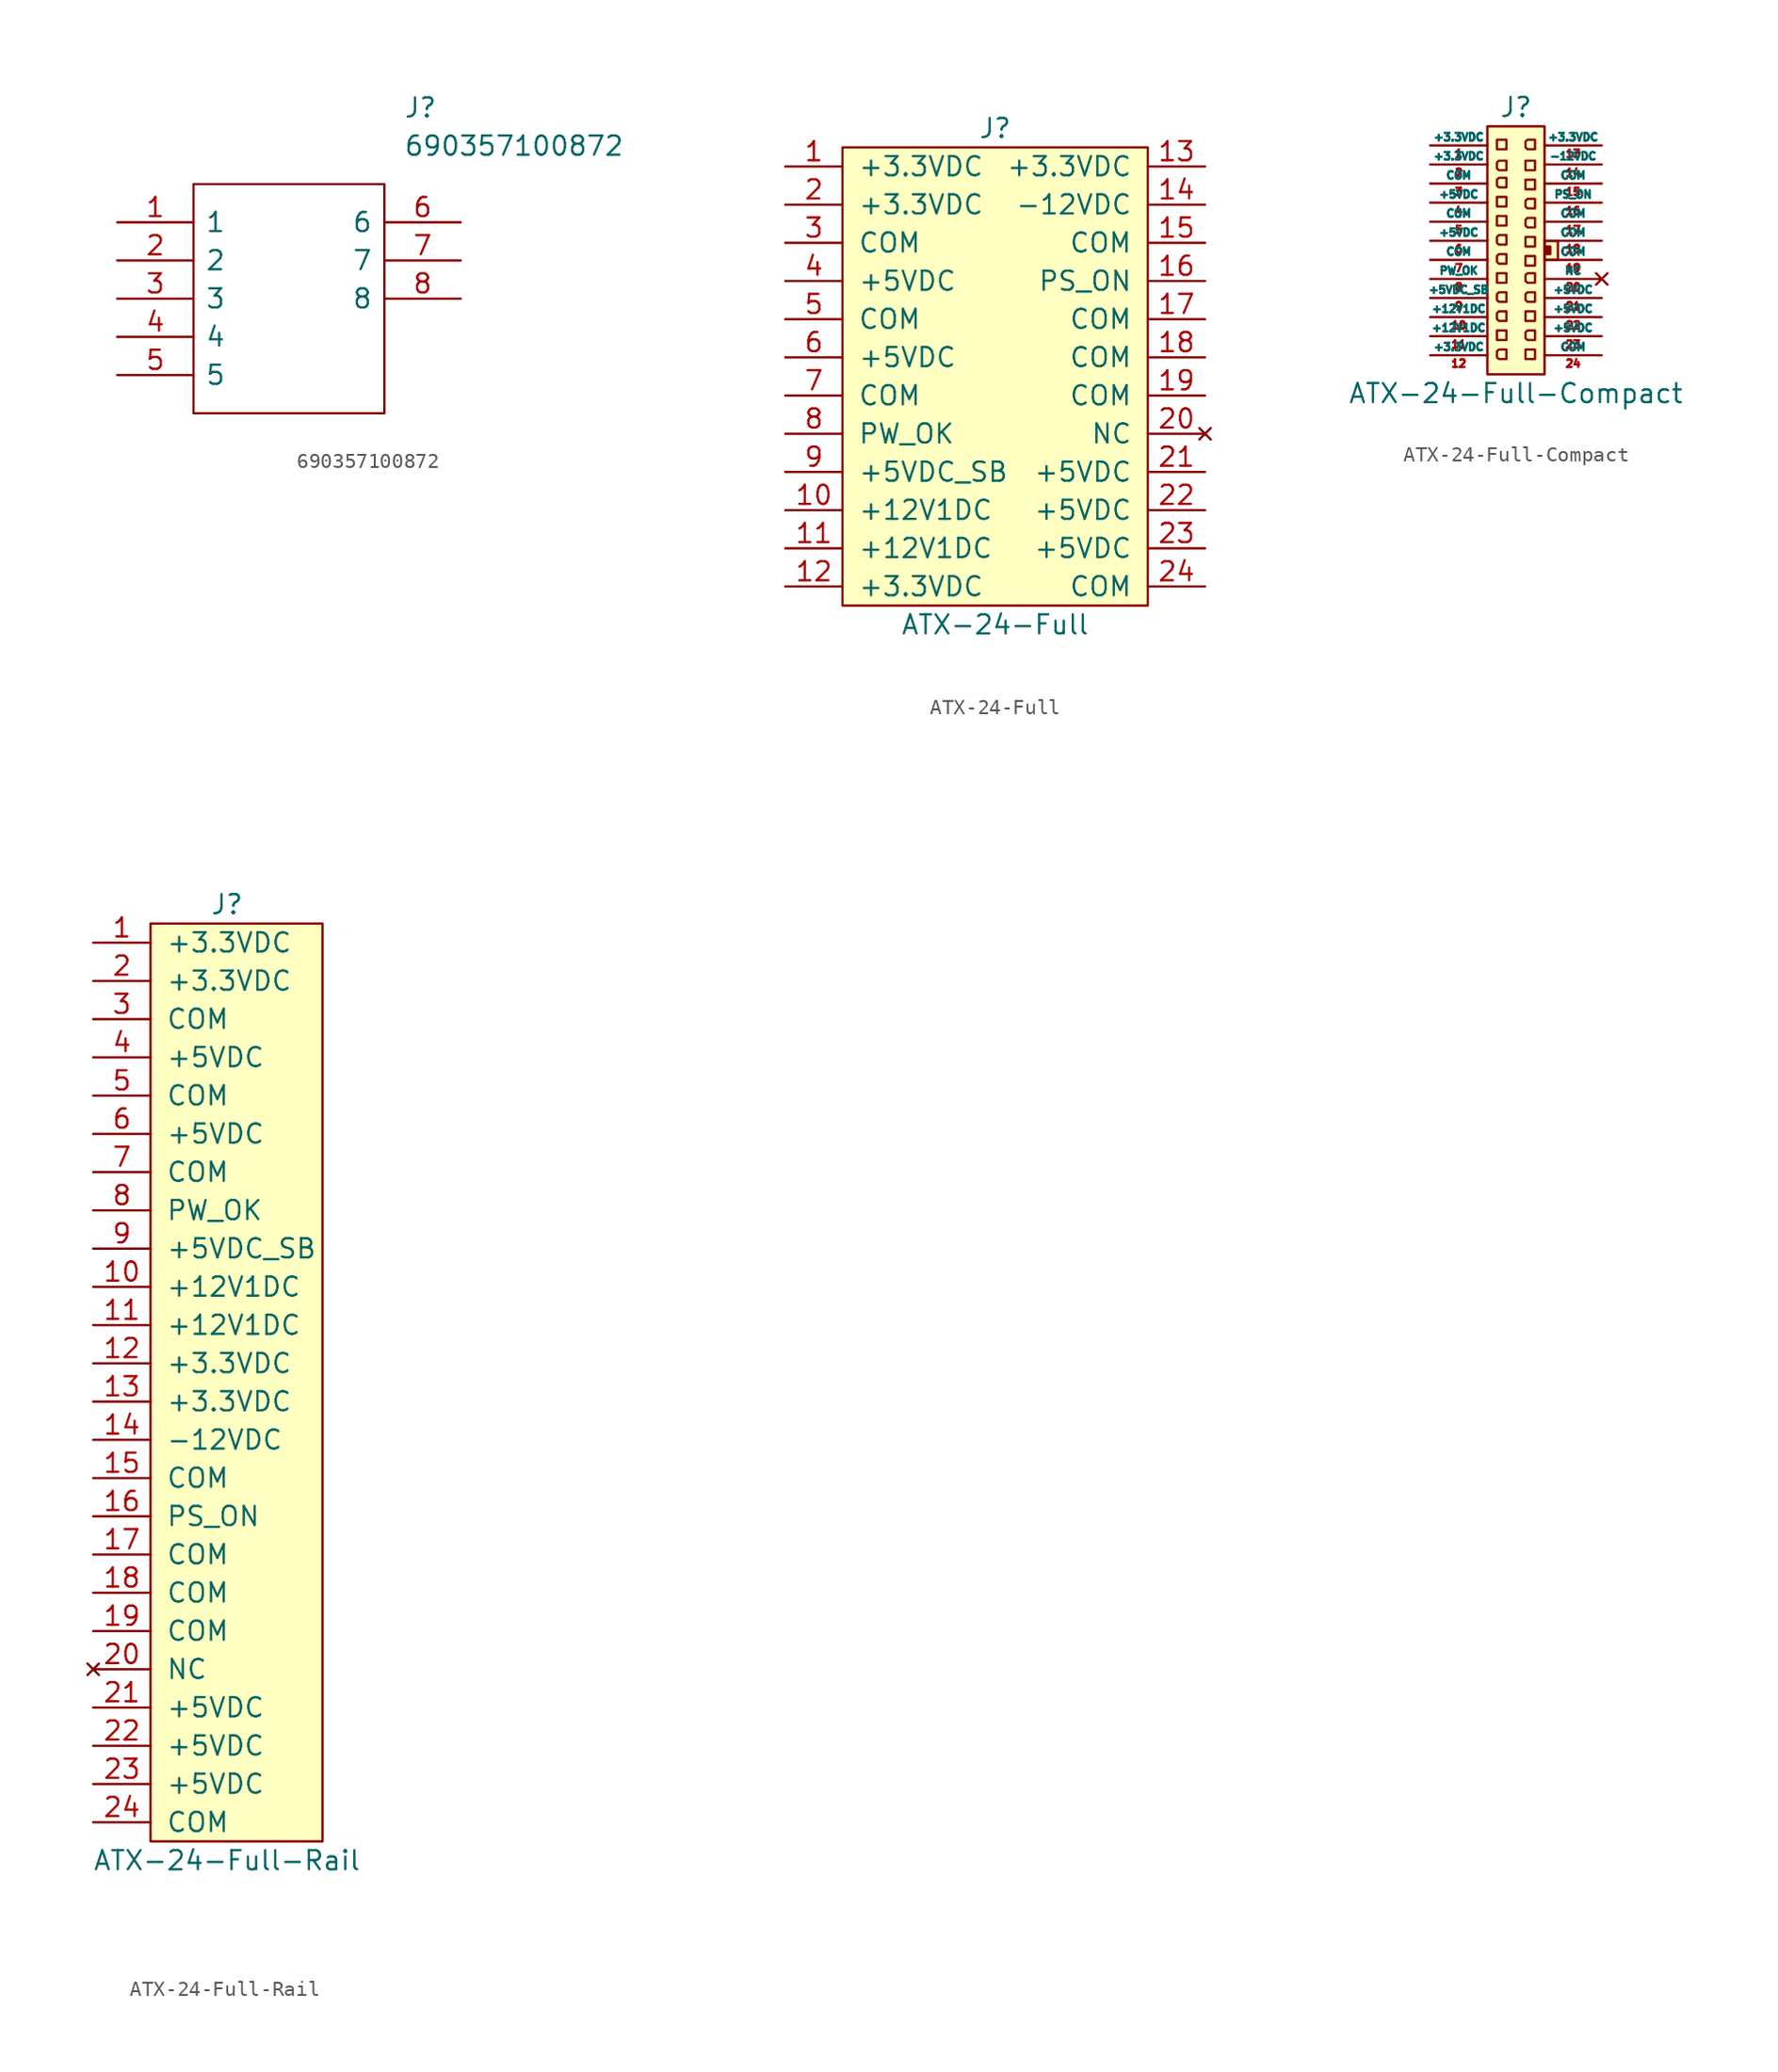
<source format=kicad_sym>
(kicad_symbol_lib
  (version 20220914)
  (generator kicad_symbol_editor)
  (symbol "690357100872"
    (pin_names
      (offset 0.762))
    (property "Reference" "J"
      (at 19.05 7.62 0)
      (effects (font (size 1.27 1.27)) (justify left)))
    (property "Value" "690357100872"
      (at 19.05 5.08 0)
      (effects (font (size 1.27 1.27)) (justify left)))
    (symbol "690357100872_0_0"
      (pin passive line (at 0 0 0) (length 5.08) (name "1" (effects (font (size 1.27 1.27)))) (number "1" (effects (font (size 1.27 1.27)))))
      (pin passive line (at 0 -2.54 0) (length 5.08) (name "2" (effects (font (size 1.27 1.27)))) (number "2" (effects (font (size 1.27 1.27)))))
      (pin passive line (at 0 -5.08 0) (length 5.08) (name "3" (effects (font (size 1.27 1.27)))) (number "3" (effects (font (size 1.27 1.27)))))
      (pin passive line (at 0 -7.62 0) (length 5.08) (name "4" (effects (font (size 1.27 1.27)))) (number "4" (effects (font (size 1.27 1.27)))))
      (pin passive line (at 0 -10.16 0) (length 5.08) (name "5" (effects (font (size 1.27 1.27)))) (number "5" (effects (font (size 1.27 1.27)))))
      (pin passive line (at 22.86 0 180) (length 5.08) (name "6" (effects (font (size 1.27 1.27)))) (number "6" (effects (font (size 1.27 1.27)))))
      (pin passive line (at 22.86 -2.54 180) (length 5.08) (name "7" (effects (font (size 1.27 1.27)))) (number "7" (effects (font (size 1.27 1.27)))))
      (pin passive line (at 22.86 -5.08 180) (length 5.08) (name "8" (effects (font (size 1.27 1.27)))) (number "8" (effects (font (size 1.27 1.27))))))
    (symbol "690357100872_0_1"
      (polyline (pts (xy 5.08 2.54) (xy 17.78 2.54) (xy 17.78 -12.7) (xy 5.08 -12.7) (xy 5.08 2.54)) (stroke (width 0.152) (type solid)) (fill (type none)))))
  (symbol "ATX-24-Full"
    (pin_names
      (offset 1.016))
    (property "Reference" "J"
      (at 0 0 0)
      (effects (font (size 1.27 1.27))))
    (property "Value" "ATX-24-Full"
      (at 0 -33.02 0)
      (effects (font (size 1.27 1.27))))
    (symbol "ATX-24-Full_0_1"
      (rectangle (start -10.16 -1.27) (end 10.16 -31.75) (stroke (width 0) (type solid)) (fill (type background))))
    (symbol "ATX-24-Full_1_1"
      (pin power_out line (at -13.97 -2.54 0) (length 3.81) (name "+3.3VDC" (effects (font (size 1.27 1.27)))) (number "1" (effects (font (size 1.27 1.27)))))
      (pin power_out line (at -13.97 -25.4 0) (length 3.81) (name "+12V1DC" (effects (font (size 1.27 1.27)))) (number "10" (effects (font (size 1.27 1.27)))))
      (pin power_out line (at -13.97 -27.94 0) (length 3.81) (name "+12V1DC" (effects (font (size 1.27 1.27)))) (number "11" (effects (font (size 1.27 1.27)))))
      (pin power_out line (at -13.97 -30.48 0) (length 3.81) (name "+3.3VDC" (effects (font (size 1.27 1.27)))) (number "12" (effects (font (size 1.27 1.27)))))
      (pin power_out line (at 13.97 -2.54 180) (length 3.81) (name "+3.3VDC" (effects (font (size 1.27 1.27)))) (number "13" (effects (font (size 1.27 1.27)))))
      (pin power_out line (at 13.97 -5.08 180) (length 3.81) (name "-12VDC" (effects (font (size 1.27 1.27)))) (number "14" (effects (font (size 1.27 1.27)))))
      (pin power_in line (at 13.97 -7.62 180) (length 3.81) (name "COM" (effects (font (size 1.27 1.27)))) (number "15" (effects (font (size 1.27 1.27)))))
      (pin input line (at 13.97 -10.16 180) (length 3.81) (name "PS_ON" (effects (font (size 1.27 1.27)))) (number "16" (effects (font (size 1.27 1.27)))))
      (pin power_in line (at 13.97 -12.7 180) (length 3.81) (name "COM" (effects (font (size 1.27 1.27)))) (number "17" (effects (font (size 1.27 1.27)))))
      (pin power_in line (at 13.97 -15.24 180) (length 3.81) (name "COM" (effects (font (size 1.27 1.27)))) (number "18" (effects (font (size 1.27 1.27)))))
      (pin power_in line (at 13.97 -17.78 180) (length 3.81) (name "COM" (effects (font (size 1.27 1.27)))) (number "19" (effects (font (size 1.27 1.27)))))
      (pin power_out line (at -13.97 -5.08 0) (length 3.81) (name "+3.3VDC" (effects (font (size 1.27 1.27)))) (number "2" (effects (font (size 1.27 1.27)))))
      (pin no_connect line (at 13.97 -20.32 180) (length 3.81) (name "NC" (effects (font (size 1.27 1.27)))) (number "20" (effects (font (size 1.27 1.27)))))
      (pin power_out line (at 13.97 -22.86 180) (length 3.81) (name "+5VDC" (effects (font (size 1.27 1.27)))) (number "21" (effects (font (size 1.27 1.27)))))
      (pin power_out line (at 13.97 -25.4 180) (length 3.81) (name "+5VDC" (effects (font (size 1.27 1.27)))) (number "22" (effects (font (size 1.27 1.27)))))
      (pin power_out line (at 13.97 -27.94 180) (length 3.81) (name "+5VDC" (effects (font (size 1.27 1.27)))) (number "23" (effects (font (size 1.27 1.27)))))
      (pin power_in line (at 13.97 -30.48 180) (length 3.81) (name "COM" (effects (font (size 1.27 1.27)))) (number "24" (effects (font (size 1.27 1.27)))))
      (pin power_in line (at -13.97 -7.62 0) (length 3.81) (name "COM" (effects (font (size 1.27 1.27)))) (number "3" (effects (font (size 1.27 1.27)))))
      (pin power_out line (at -13.97 -10.16 0) (length 3.81) (name "+5VDC" (effects (font (size 1.27 1.27)))) (number "4" (effects (font (size 1.27 1.27)))))
      (pin power_in line (at -13.97 -12.7 0) (length 3.81) (name "COM" (effects (font (size 1.27 1.27)))) (number "5" (effects (font (size 1.27 1.27)))))
      (pin power_out line (at -13.97 -15.24 0) (length 3.81) (name "+5VDC" (effects (font (size 1.27 1.27)))) (number "6" (effects (font (size 1.27 1.27)))))
      (pin power_in line (at -13.97 -17.78 0) (length 3.81) (name "COM" (effects (font (size 1.27 1.27)))) (number "7" (effects (font (size 1.27 1.27)))))
      (pin output line (at -13.97 -20.32 0) (length 3.81) (name "PW_OK" (effects (font (size 1.27 1.27)))) (number "8" (effects (font (size 1.27 1.27)))))
      (pin power_out line (at -13.97 -22.86 0) (length 3.81) (name "+5VDC_SB" (effects (font (size 1.27 1.27)))) (number "9" (effects (font (size 1.27 1.27)))))))
  (symbol "ATX-24-Full-Compact"
    (pin_names
      (offset 0))
    (property "Reference" "J"
      (at 0 9.525 0)
      (effects (font (size 1.27 1.27))))
    (property "Value" "ATX-24-Full-Compact"
      (at 0 -9.525 0)
      (effects (font (size 1.27 1.27))))
    (symbol "ATX-24-Full-Compact_0_1"
      (rectangle (start -1.905 8.255) (end 1.905 -8.255) (stroke (width 0) (type solid)) (fill (type background)))
      (rectangle (start 1.905 0.254) (end 2.286 -0.254) (stroke (width 0) (type solid)) (fill (type outline)))
      (rectangle (start 1.905 0.635) (end 2.794 -0.635) (stroke (width 0) (type solid)) (fill (type background))))
    (symbol "ATX-24-Full-Compact_1_1"
      (rectangle (start -1.27 -5.334) (end -0.635 -5.969) (stroke (width 0) (type solid)) (fill (type none)))
      (rectangle (start -1.27 -1.524) (end -0.635 -2.159) (stroke (width 0) (type solid)) (fill (type none)))
      (rectangle (start -1.27 2.286) (end -0.635 1.651) (stroke (width 0) (type solid)) (fill (type none)))
      (rectangle (start -1.27 3.556) (end -0.635 2.921) (stroke (width 0) (type solid)) (fill (type none)))
      (rectangle (start -1.27 7.366) (end -0.635 6.731) (stroke (width 0) (type solid)) (fill (type none)))
      (polyline (pts (xy -0.635 -6.604) (xy -1.143 -6.604) (xy -1.27 -6.731) (xy -1.27 -7.112) (xy -1.143 -7.239) (xy -0.635 -7.239) (xy -0.635 -6.604)) (stroke (width 0) (type solid)) (fill (type none)))
      (polyline (pts (xy -0.635 -4.064) (xy -1.143 -4.064) (xy -1.27 -4.191) (xy -1.27 -4.572) (xy -1.143 -4.699) (xy -0.635 -4.699) (xy -0.635 -4.064)) (stroke (width 0) (type solid)) (fill (type none)))
      (polyline (pts (xy -0.635 -2.794) (xy -1.143 -2.794) (xy -1.27 -2.921) (xy -1.27 -3.302) (xy -1.143 -3.429) (xy -0.635 -3.429) (xy -0.635 -2.794)) (stroke (width 0) (type solid)) (fill (type none)))
      (polyline (pts (xy -0.635 -0.254) (xy -1.143 -0.254) (xy -1.27 -0.381) (xy -1.27 -0.762) (xy -1.143 -0.889) (xy -0.635 -0.889) (xy -0.635 -0.254)) (stroke (width 0) (type solid)) (fill (type none)))
      (polyline (pts (xy -0.635 1.016) (xy -1.143 1.016) (xy -1.27 0.889) (xy -1.27 0.508) (xy -1.143 0.381) (xy -0.635 0.381) (xy -0.635 1.016)) (stroke (width 0) (type solid)) (fill (type none)))
      (polyline (pts (xy -0.635 4.826) (xy -1.143 4.826) (xy -1.27 4.699) (xy -1.27 4.318) (xy -1.143 4.191) (xy -0.635 4.191) (xy -0.635 4.826)) (stroke (width 0) (type solid)) (fill (type none)))
      (polyline (pts (xy -0.635 5.969) (xy -1.143 5.969) (xy -1.27 5.842) (xy -1.27 5.461) (xy -1.143 5.334) (xy -0.635 5.334) (xy -0.635 5.969)) (stroke (width 0) (type solid)) (fill (type none)))
      (polyline (pts (xy 1.27 -5.334) (xy 0.762 -5.334) (xy 0.635 -5.461) (xy 0.635 -5.842) (xy 0.762 -5.969) (xy 1.27 -5.969) (xy 1.27 -5.334)) (stroke (width 0) (type solid)) (fill (type none)))
      (polyline (pts (xy 1.27 -2.794) (xy 0.762 -2.794) (xy 0.635 -2.921) (xy 0.635 -3.302) (xy 0.762 -3.429) (xy 1.27 -3.429) (xy 1.27 -2.794)) (stroke (width 0) (type solid)) (fill (type none)))
      (polyline (pts (xy 1.27 -1.524) (xy 0.762 -1.524) (xy 0.635 -1.651) (xy 0.635 -2.032) (xy 0.762 -2.159) (xy 1.27 -2.159) (xy 1.27 -1.524)) (stroke (width 0) (type solid)) (fill (type none)))
      (polyline (pts (xy 1.27 2.159) (xy 0.762 2.159) (xy 0.635 2.032) (xy 0.635 1.651) (xy 0.762 1.524) (xy 1.27 1.524) (xy 1.27 2.159)) (stroke (width 0) (type solid)) (fill (type none)))
      (polyline (pts (xy 1.27 3.429) (xy 0.762 3.429) (xy 0.635 3.302) (xy 0.635 2.921) (xy 0.762 2.794) (xy 1.27 2.794) (xy 1.27 3.429)) (stroke (width 0) (type solid)) (fill (type none)))
      (polyline (pts (xy 1.27 7.366) (xy 0.762 7.366) (xy 0.635 7.239) (xy 0.635 6.858) (xy 0.762 6.731) (xy 1.27 6.731) (xy 1.27 7.366)) (stroke (width 0) (type solid)) (fill (type none)))
      (rectangle (start 0.635 -6.604) (end 1.27 -7.239) (stroke (width 0) (type solid)) (fill (type none)))
      (rectangle (start 0.635 -4.064) (end 1.27 -4.699) (stroke (width 0) (type solid)) (fill (type none)))
      (rectangle (start 0.635 -0.381) (end 1.27 -1.016) (stroke (width 0) (type solid)) (fill (type none)))
      (rectangle (start 0.635 0.889) (end 1.27 0.254) (stroke (width 0) (type solid)) (fill (type none)))
      (rectangle (start 0.635 4.699) (end 1.27 4.064) (stroke (width 0) (type solid)) (fill (type none)))
      (rectangle (start 0.635 5.969) (end 1.27 5.334) (stroke (width 0) (type solid)) (fill (type none)))
      (pin power_out line (at -5.715 6.985 0) (length 3.81) (name "+3.3VDC" (effects (font (size 0.508 0.508)))) (number "1" (effects (font (size 0.508 0.508)))))
      (pin power_out line (at -5.715 -4.445 0) (length 3.81) (name "+12V1DC" (effects (font (size 0.508 0.508)))) (number "10" (effects (font (size 0.508 0.508)))))
      (pin power_out line (at -5.715 -5.715 0) (length 3.81) (name "+12V1DC" (effects (font (size 0.508 0.508)))) (number "11" (effects (font (size 0.508 0.508)))))
      (pin power_out line (at -5.715 -6.985 0) (length 3.81) (name "+3.3VDC" (effects (font (size 0.508 0.508)))) (number "12" (effects (font (size 0.508 0.508)))))
      (pin power_out line (at 5.715 6.985 180) (length 3.81) (name "+3.3VDC" (effects (font (size 0.508 0.508)))) (number "13" (effects (font (size 0.508 0.508)))))
      (pin power_out line (at 5.715 5.715 180) (length 3.81) (name "-12VDC" (effects (font (size 0.508 0.508)))) (number "14" (effects (font (size 0.508 0.508)))))
      (pin power_in line (at 5.715 4.445 180) (length 3.81) (name "COM" (effects (font (size 0.508 0.508)))) (number "15" (effects (font (size 0.508 0.508)))))
      (pin input line (at 5.715 3.175 180) (length 3.81) (name "PS_ON" (effects (font (size 0.508 0.508)))) (number "16" (effects (font (size 0.508 0.508)))))
      (pin power_in line (at 5.715 1.905 180) (length 3.81) (name "COM" (effects (font (size 0.508 0.508)))) (number "17" (effects (font (size 0.508 0.508)))))
      (pin power_in line (at 5.715 0.635 180) (length 3.81) (name "COM" (effects (font (size 0.508 0.508)))) (number "18" (effects (font (size 0.508 0.508)))))
      (pin power_in line (at 5.715 -0.635 180) (length 3.81) (name "COM" (effects (font (size 0.508 0.508)))) (number "19" (effects (font (size 0.508 0.508)))))
      (pin power_out line (at -5.715 5.715 0) (length 3.81) (name "+3.3VDC" (effects (font (size 0.508 0.508)))) (number "2" (effects (font (size 0.508 0.508)))))
      (pin no_connect line (at 5.715 -1.905 180) (length 3.81) (name "NC" (effects (font (size 0.508 0.508)))) (number "20" (effects (font (size 0.508 0.508)))))
      (pin power_out line (at 5.715 -3.175 180) (length 3.81) (name "+5VDC" (effects (font (size 0.508 0.508)))) (number "21" (effects (font (size 0.508 0.508)))))
      (pin power_out line (at 5.715 -4.445 180) (length 3.81) (name "+5VDC" (effects (font (size 0.508 0.508)))) (number "22" (effects (font (size 0.508 0.508)))))
      (pin power_out line (at 5.715 -5.715 180) (length 3.81) (name "+5VDC" (effects (font (size 0.508 0.508)))) (number "23" (effects (font (size 0.508 0.508)))))
      (pin power_in line (at 5.715 -6.985 180) (length 3.81) (name "COM" (effects (font (size 0.508 0.508)))) (number "24" (effects (font (size 0.508 0.508)))))
      (pin power_in line (at -5.715 4.445 0) (length 3.81) (name "COM" (effects (font (size 0.508 0.508)))) (number "3" (effects (font (size 0.508 0.508)))))
      (pin power_out line (at -5.715 3.175 0) (length 3.81) (name "+5VDC" (effects (font (size 0.508 0.508)))) (number "4" (effects (font (size 0.508 0.508)))))
      (pin power_in line (at -5.715 1.905 0) (length 3.81) (name "COM" (effects (font (size 0.508 0.508)))) (number "5" (effects (font (size 0.508 0.508)))))
      (pin power_out line (at -5.715 0.635 0) (length 3.81) (name "+5VDC" (effects (font (size 0.508 0.508)))) (number "6" (effects (font (size 0.508 0.508)))))
      (pin power_in line (at -5.715 -0.635 0) (length 3.81) (name "COM" (effects (font (size 0.508 0.508)))) (number "7" (effects (font (size 0.508 0.508)))))
      (pin output line (at -5.715 -1.905 0) (length 3.81) (name "PW_OK" (effects (font (size 0.508 0.508)))) (number "8" (effects (font (size 0.508 0.508)))))
      (pin power_out line (at -5.715 -3.175 0) (length 3.81) (name "+5VDC_SB" (effects (font (size 0.508 0.508)))) (number "9" (effects (font (size 0.508 0.508)))))))
  (symbol "ATX-24-Full-Rail"
    (pin_names
      (offset 1.016))
    (property "Reference" "J"
      (at 0 0 0)
      (effects (font (size 1.27 1.27))))
    (property "Value" "ATX-24-Full-Rail"
      (at 0 -63.5 0)
      (effects (font (size 1.27 1.27))))
    (symbol "ATX-24-Full-Rail_0_1"
      (rectangle (start -5.08 -1.27) (end 6.35 -62.23) (stroke (width 0) (type solid)) (fill (type background))))
    (symbol "ATX-24-Full-Rail_1_1"
      (pin power_out line (at -8.89 -2.54 0) (length 3.81) (name "+3.3VDC" (effects (font (size 1.27 1.27)))) (number "1" (effects (font (size 1.27 1.27)))))
      (pin power_out line (at -8.89 -25.4 0) (length 3.81) (name "+12V1DC" (effects (font (size 1.27 1.27)))) (number "10" (effects (font (size 1.27 1.27)))))
      (pin power_out line (at -8.89 -27.94 0) (length 3.81) (name "+12V1DC" (effects (font (size 1.27 1.27)))) (number "11" (effects (font (size 1.27 1.27)))))
      (pin power_out line (at -8.89 -30.48 0) (length 3.81) (name "+3.3VDC" (effects (font (size 1.27 1.27)))) (number "12" (effects (font (size 1.27 1.27)))))
      (pin power_out line (at -8.89 -33.02 0) (length 3.81) (name "+3.3VDC" (effects (font (size 1.27 1.27)))) (number "13" (effects (font (size 1.27 1.27)))))
      (pin power_out line (at -8.89 -35.56 0) (length 3.81) (name "-12VDC" (effects (font (size 1.27 1.27)))) (number "14" (effects (font (size 1.27 1.27)))))
      (pin power_in line (at -8.89 -38.1 0) (length 3.81) (name "COM" (effects (font (size 1.27 1.27)))) (number "15" (effects (font (size 1.27 1.27)))))
      (pin input line (at -8.89 -40.64 0) (length 3.81) (name "PS_ON" (effects (font (size 1.27 1.27)))) (number "16" (effects (font (size 1.27 1.27)))))
      (pin power_in line (at -8.89 -43.18 0) (length 3.81) (name "COM" (effects (font (size 1.27 1.27)))) (number "17" (effects (font (size 1.27 1.27)))))
      (pin power_in line (at -8.89 -45.72 0) (length 3.81) (name "COM" (effects (font (size 1.27 1.27)))) (number "18" (effects (font (size 1.27 1.27)))))
      (pin power_in line (at -8.89 -48.26 0) (length 3.81) (name "COM" (effects (font (size 1.27 1.27)))) (number "19" (effects (font (size 1.27 1.27)))))
      (pin power_out line (at -8.89 -5.08 0) (length 3.81) (name "+3.3VDC" (effects (font (size 1.27 1.27)))) (number "2" (effects (font (size 1.27 1.27)))))
      (pin no_connect line (at -8.89 -50.8 0) (length 3.81) (name "NC" (effects (font (size 1.27 1.27)))) (number "20" (effects (font (size 1.27 1.27)))))
      (pin power_out line (at -8.89 -53.34 0) (length 3.81) (name "+5VDC" (effects (font (size 1.27 1.27)))) (number "21" (effects (font (size 1.27 1.27)))))
      (pin power_out line (at -8.89 -55.88 0) (length 3.81) (name "+5VDC" (effects (font (size 1.27 1.27)))) (number "22" (effects (font (size 1.27 1.27)))))
      (pin power_out line (at -8.89 -58.42 0) (length 3.81) (name "+5VDC" (effects (font (size 1.27 1.27)))) (number "23" (effects (font (size 1.27 1.27)))))
      (pin power_in line (at -8.89 -60.96 0) (length 3.81) (name "COM" (effects (font (size 1.27 1.27)))) (number "24" (effects (font (size 1.27 1.27)))))
      (pin power_in line (at -8.89 -7.62 0) (length 3.81) (name "COM" (effects (font (size 1.27 1.27)))) (number "3" (effects (font (size 1.27 1.27)))))
      (pin power_out line (at -8.89 -10.16 0) (length 3.81) (name "+5VDC" (effects (font (size 1.27 1.27)))) (number "4" (effects (font (size 1.27 1.27)))))
      (pin power_in line (at -8.89 -12.7 0) (length 3.81) (name "COM" (effects (font (size 1.27 1.27)))) (number "5" (effects (font (size 1.27 1.27)))))
      (pin power_out line (at -8.89 -15.24 0) (length 3.81) (name "+5VDC" (effects (font (size 1.27 1.27)))) (number "6" (effects (font (size 1.27 1.27)))))
      (pin power_in line (at -8.89 -17.78 0) (length 3.81) (name "COM" (effects (font (size 1.27 1.27)))) (number "7" (effects (font (size 1.27 1.27)))))
      (pin output line (at -8.89 -20.32 0) (length 3.81) (name "PW_OK" (effects (font (size 1.27 1.27)))) (number "8" (effects (font (size 1.27 1.27)))))
      (pin power_out line (at -8.89 -22.86 0) (length 3.81) (name "+5VDC_SB" (effects (font (size 1.27 1.27)))) (number "9" (effects (font (size 1.27 1.27))))))))
</source>
